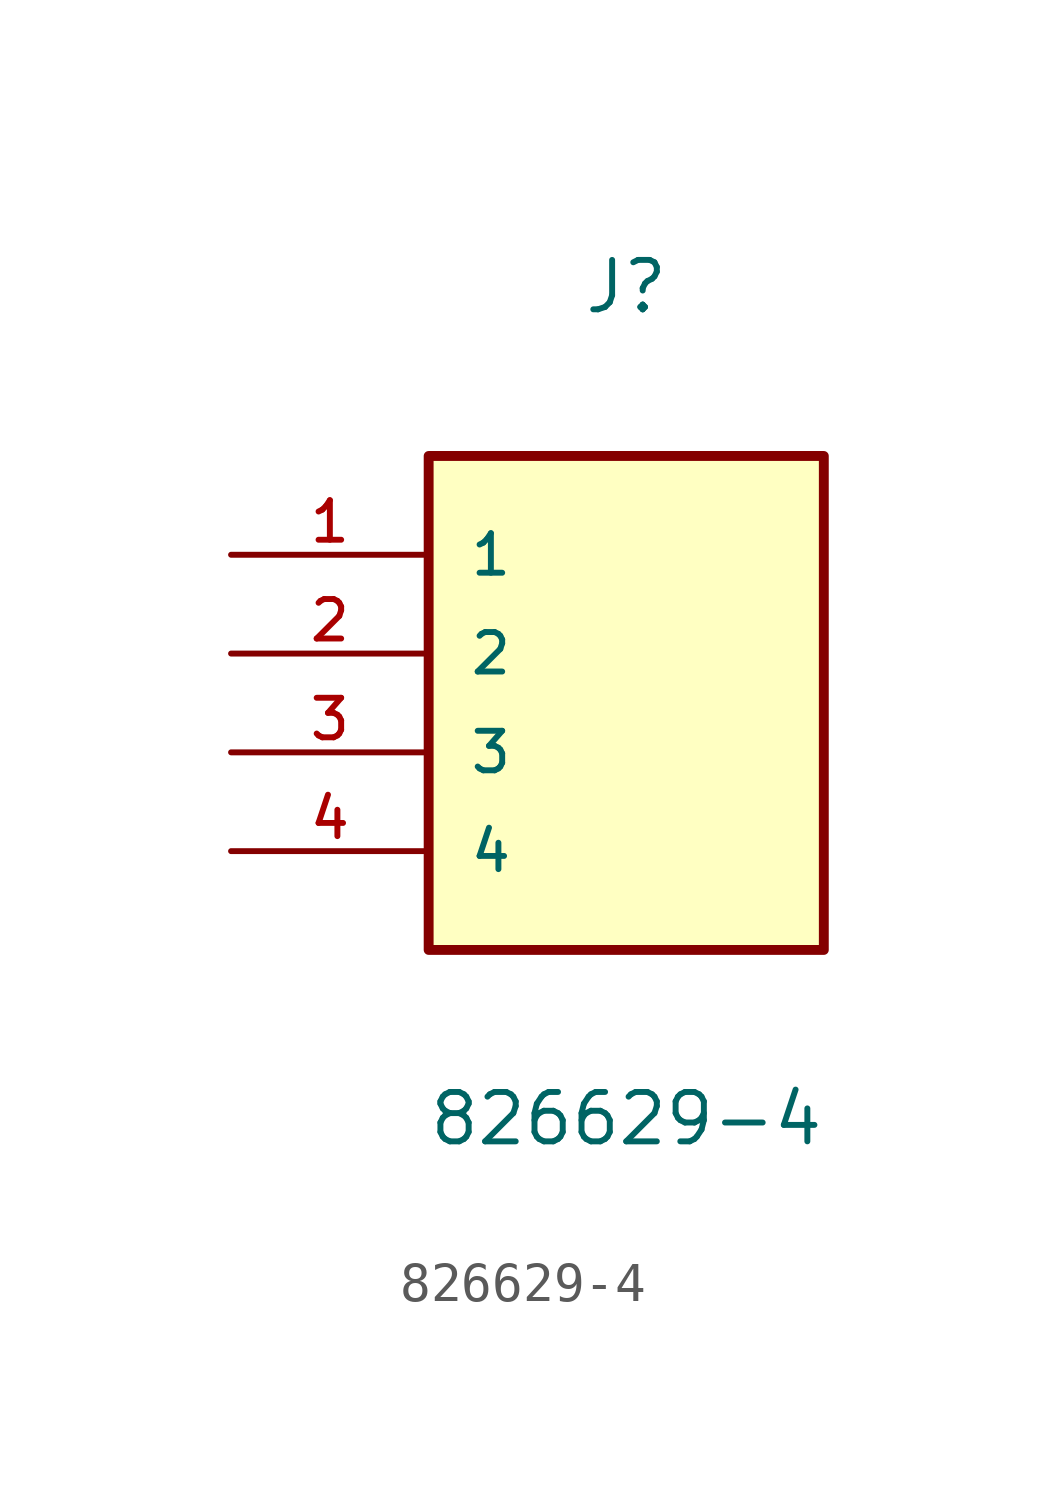
<source format=kicad_sym>
(kicad_symbol_lib
  (version 20211014)
  (generator kicad_symbol_editor)
  (symbol "826629-4"
    (pin_names
      (offset 1.016))
    (property "Reference" "J"
      (at 0.0 12.713 0)
      (effects (font (size 1.27 1.27)) (justify top)))
    (property "Value" "826629-4"
      (at 0.0 -10.165 0)
      (effects (font (size 1.27 1.27)) (justify bottom)))
    (symbol "826629-4_0_0"
      (rectangle (start -5.08 -5.08) (end 5.08 7.62) (stroke (width 0.254)) (fill (type background)))
      (pin passive line (at -10.16 5.08 0) (length 5.08) (name "1" (effects (font (size 1.016 1.016)))) (number "1" (effects (font (size 1.016 1.016)))))
      (pin passive line (at -10.16 2.54 0) (length 5.08) (name "2" (effects (font (size 1.016 1.016)))) (number "2" (effects (font (size 1.016 1.016)))))
      (pin passive line (at -10.16 0.0 0) (length 5.08) (name "3" (effects (font (size 1.016 1.016)))) (number "3" (effects (font (size 1.016 1.016)))))
      (pin passive line (at -10.16 -2.54 0) (length 5.08) (name "4" (effects (font (size 1.016 1.016)))) (number "4" (effects (font (size 1.016 1.016))))))))
</source>
